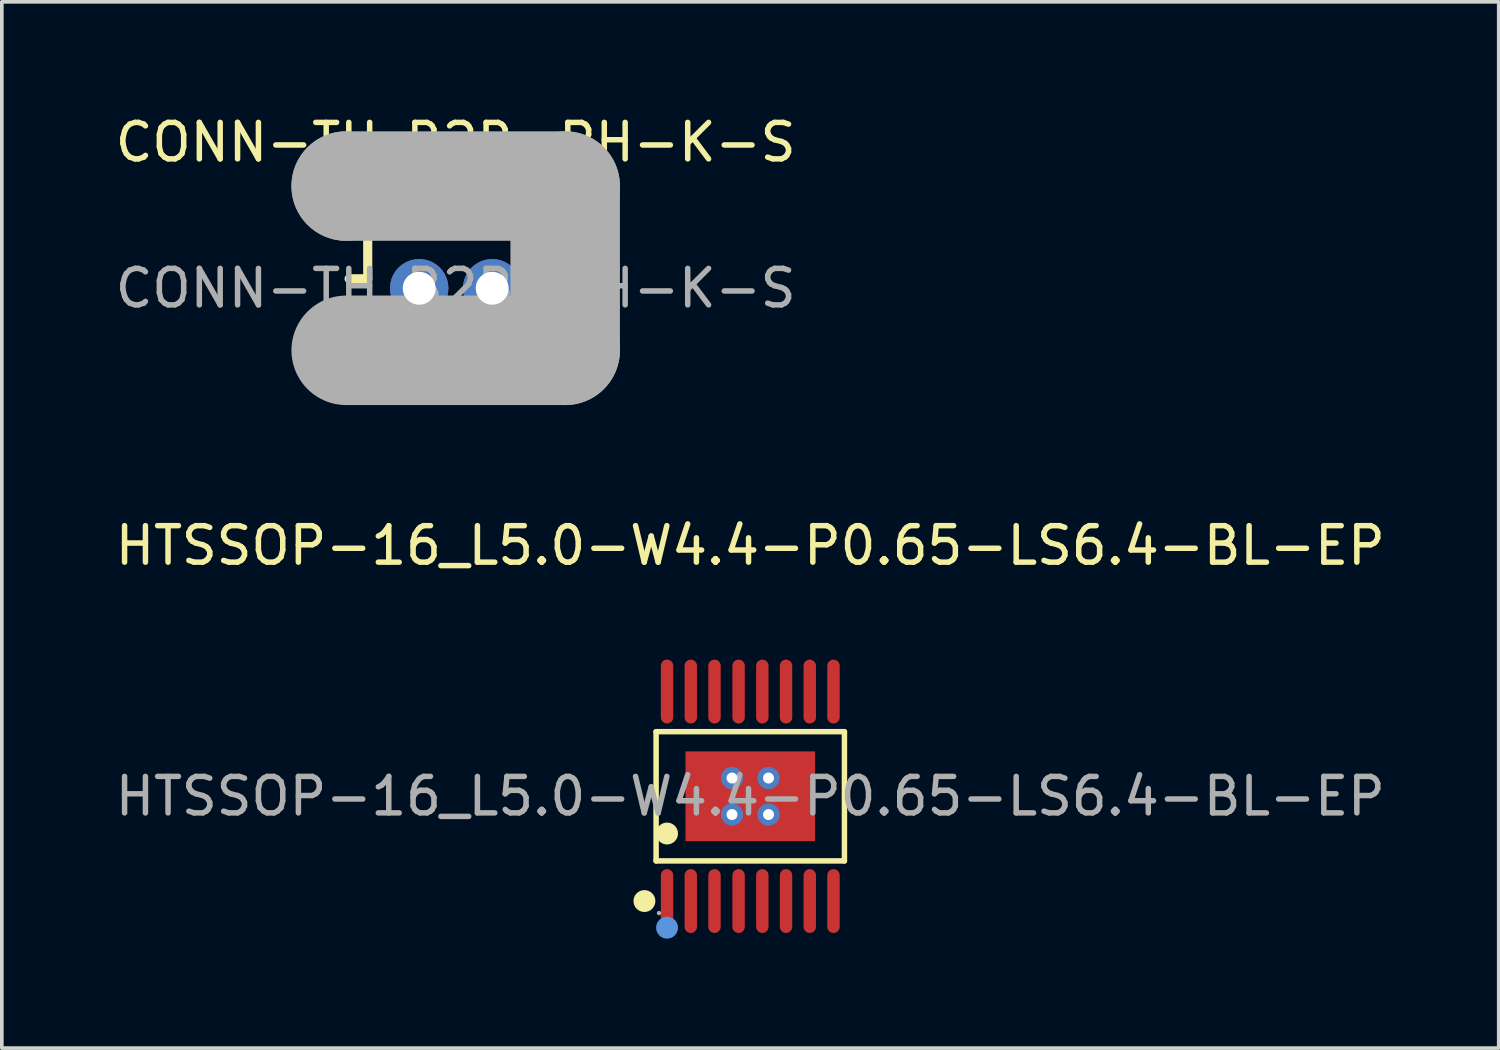
<source format=kicad_pcb>
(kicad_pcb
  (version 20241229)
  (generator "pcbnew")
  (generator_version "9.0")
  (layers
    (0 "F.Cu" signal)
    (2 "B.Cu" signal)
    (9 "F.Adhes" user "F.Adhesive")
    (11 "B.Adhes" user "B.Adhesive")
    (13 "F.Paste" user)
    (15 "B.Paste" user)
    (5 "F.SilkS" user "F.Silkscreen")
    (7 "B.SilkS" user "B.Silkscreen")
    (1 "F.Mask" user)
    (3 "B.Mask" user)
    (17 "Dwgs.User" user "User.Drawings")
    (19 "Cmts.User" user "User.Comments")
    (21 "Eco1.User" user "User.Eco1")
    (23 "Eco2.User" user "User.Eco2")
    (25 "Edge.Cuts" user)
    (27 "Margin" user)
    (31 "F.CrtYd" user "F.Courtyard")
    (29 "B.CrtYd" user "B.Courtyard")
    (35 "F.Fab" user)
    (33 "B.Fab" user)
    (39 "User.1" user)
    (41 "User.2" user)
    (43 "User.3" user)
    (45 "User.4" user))
  (footprint "CONN-TH_B2B-PH-K-S"
    (layer "F.Cu")
    (at 9.435 4.848)
    (property "Reference" "CONN-TH_B2B-PH-K-S" (at 0 -4 0) (layer "F.SilkS") (effects (font (size 1 1) (thickness 0.15))))
    (attr through_hole)
    (fp_line (start -2.92 -0.26) (end -2.41 -0.26) (stroke (width 0.25) (type solid)) (layer "F.SilkS"))
    (fp_line (start -2.92 0.38) (end -2.41 0.38) (stroke (width 0.25) (type solid)) (layer "F.SilkS"))
    (fp_line (start -2.41 -2.16) (end 2.54 -2.16) (stroke (width 0.25) (type solid)) (layer "F.SilkS"))
    (fp_line (start -2.41 -0.26) (end -2.41 -2.16) (stroke (width 0.25) (type solid)) (layer "F.SilkS"))
    (fp_line (start -2.41 0.38) (end -2.41 1.14) (stroke (width 0.25) (type solid)) (layer "F.SilkS"))
    (fp_line (start -2.41 1.14) (end -0.25 1.14) (stroke (width 0.25) (type solid)) (layer "F.SilkS"))
    (fp_line (start -0.25 1.14) (end -0.25 1.65) (stroke (width 0.25) (type solid)) (layer "F.SilkS"))
    (fp_line (start 0.34 1.14) (end 0.34 1.65) (stroke (width 0.25) (type solid)) (layer "F.SilkS"))
    (fp_line (start 2.5 0.38) (end 2.5 1.14) (stroke (width 0.25) (type solid)) (layer "F.SilkS"))
    (fp_line (start 2.5 1.14) (end 0.34 1.14) (stroke (width 0.25) (type solid)) (layer "F.SilkS"))
    (fp_line (start 2.54 -2.16) (end 2.54 -0.26) (stroke (width 0.25) (type solid)) (layer "F.SilkS"))
    (fp_line (start 2.54 -0.26) (end 2.93 -0.26) (stroke (width 0.25) (type solid)) (layer "F.SilkS"))
    (fp_line (start 3.01 0.38) (end 2.5 0.38) (stroke (width 0.25) (type solid)) (layer "F.SilkS"))
    (fp_line (start -3 -2.8) (end -3 -2.8) (stroke (width 3) (type solid)) (layer "F.Fab"))
    (fp_line (start -3 -2.8) (end 3 -2.8) (stroke (width 3) (type solid)) (layer "F.Fab"))
    (fp_line (start 3 -2.8) (end 3 1.7) (stroke (width 3) (type solid)) (layer "F.Fab"))
    (fp_line (start 3 1.7) (end -3 1.7) (stroke (width 3) (type solid)) (layer "F.Fab"))
    (fp_circle (center 2.95 -2.8) (end 2.98 -2.8) (stroke (width 0.06) (type solid)) (fill no) (layer "F.Fab"))
    (fp_text user "${REFERENCE}" (at 0 0 0) (layer "F.Fab") (effects (font (size 1 1) (thickness 0.15))))
    (pad "1" thru_hole circle (at 1 0 180) (size 1.6 1.6) (drill 0.9) (layers "*.Cu" "*.Mask"))
    (pad "2" thru_hole circle (at -1 0 180) (size 1.6 1.6) (drill 0.9) (layers "*.Cu" "*.Mask")))
  (footprint "HTSSOP-16_L5.0-W4.4-P0.65-LS6.4-BL-EP"
    (layer "F.Cu")
    (at 17.506 18.767)
    (property "Reference" "HTSSOP-16_L5.0-W4.4-P0.65-LS6.4-BL-EP" (at 0 -6.87 0) (layer "F.SilkS") (effects (font (size 1 1) (thickness 0.15))))
    (attr smd)
    (fp_line (start -2.58 -1.77) (end 2.58 -1.77) (stroke (width 0.15) (type solid)) (layer "F.SilkS"))
    (fp_line (start -2.58 1.77) (end -2.58 -1.77) (stroke (width 0.15) (type solid)) (layer "F.SilkS"))
    (fp_line (start 2.58 -1.77) (end 2.58 1.77) (stroke (width 0.15) (type solid)) (layer "F.SilkS"))
    (fp_line (start 2.58 1.77) (end -2.58 1.77) (stroke (width 0.15) (type solid)) (layer "F.SilkS"))
    (fp_circle (center -2.9 2.87) (end -2.75 2.87) (stroke (width 0.3) (type solid)) (fill no) (layer "F.SilkS"))
    (fp_circle (center -2.28 1.02) (end -2.13 1.02) (stroke (width 0.3) (type solid)) (fill no) (layer "F.SilkS"))
    (fp_circle (center -2.28 3.6) (end -2.13 3.6) (stroke (width 0.3) (type solid)) (fill no) (layer "Cmts.User"))
    (fp_circle (center -2.5 3.2) (end -2.47 3.2) (stroke (width 0.06) (type solid)) (fill no) (layer "F.Fab"))
    (fp_text user "${REFERENCE}" (at 0 0 0) (layer "F.Fab") (effects (font (size 1 1) (thickness 0.15))))
    (pad "" thru_hole circle (at -0.5 -0.5) (size 0.61 0.61) (drill 0.3) (layers "*.Cu" "*.Paste" "*.Mask"))
    (pad "" thru_hole circle (at -0.5 0.5) (size 0.61 0.61) (drill 0.3) (layers "*.Cu" "*.Paste" "*.Mask"))
    (pad "" thru_hole circle (at 0.5 -0.5) (size 0.61 0.61) (drill 0.3) (layers "*.Cu" "*.Paste" "*.Mask"))
    (pad "" thru_hole circle (at 0.5 0.5) (size 0.61 0.61) (drill 0.3) (layers "*.Cu" "*.Paste" "*.Mask"))
    (pad "1" smd oval (at -2.28 2.87) (size 0.34 1.75) (layers "F.Cu" "F.Mask" "F.Paste"))
    (pad "2" smd oval (at -1.63 2.87) (size 0.34 1.75) (layers "F.Cu" "F.Mask" "F.Paste"))
    (pad "3" smd oval (at -0.98 2.87) (size 0.34 1.75) (layers "F.Cu" "F.Mask" "F.Paste"))
    (pad "4" smd oval (at -0.32 2.87) (size 0.34 1.75) (layers "F.Cu" "F.Mask" "F.Paste"))
    (pad "5" smd oval (at 0.33 2.87) (size 0.34 1.75) (layers "F.Cu" "F.Mask" "F.Paste"))
    (pad "6" smd oval (at 0.98 2.87) (size 0.34 1.75) (layers "F.Cu" "F.Mask" "F.Paste"))
    (pad "7" smd oval (at 1.63 2.87) (size 0.34 1.75) (layers "F.Cu" "F.Mask" "F.Paste"))
    (pad "8" smd oval (at 2.28 2.87) (size 0.34 1.75) (layers "F.Cu" "F.Mask" "F.Paste"))
    (pad "9" smd oval (at 2.28 -2.87) (size 0.34 1.75) (layers "F.Cu" "F.Mask" "F.Paste"))
    (pad "10" smd oval (at 1.63 -2.87) (size 0.34 1.75) (layers "F.Cu" "F.Mask" "F.Paste"))
    (pad "11" smd oval (at 0.98 -2.87) (size 0.34 1.75) (layers "F.Cu" "F.Mask" "F.Paste"))
    (pad "12" smd oval (at 0.33 -2.87) (size 0.34 1.75) (layers "F.Cu" "F.Mask" "F.Paste"))
    (pad "13" smd oval (at -0.32 -2.87) (size 0.34 1.75) (layers "F.Cu" "F.Mask" "F.Paste"))
    (pad "14" smd oval (at -0.98 -2.87) (size 0.34 1.75) (layers "F.Cu" "F.Mask" "F.Paste"))
    (pad "15" smd oval (at -1.63 -2.87) (size 0.34 1.75) (layers "F.Cu" "F.Mask" "F.Paste"))
    (pad "16" smd oval (at -2.28 -2.87) (size 0.34 1.75) (layers "F.Cu" "F.Mask" "F.Paste"))
    (pad "17" smd rect (at 0 0) (size 3.55 2.46) (layers "F.Cu" "F.Mask" "F.Paste")))
  (gr_rect
    (start -3 -3)
    (end 38.012 25.666)
    (stroke (width 0.1) (type default))
    (fill no)
    (layer "Edge.Cuts")))
</source>
